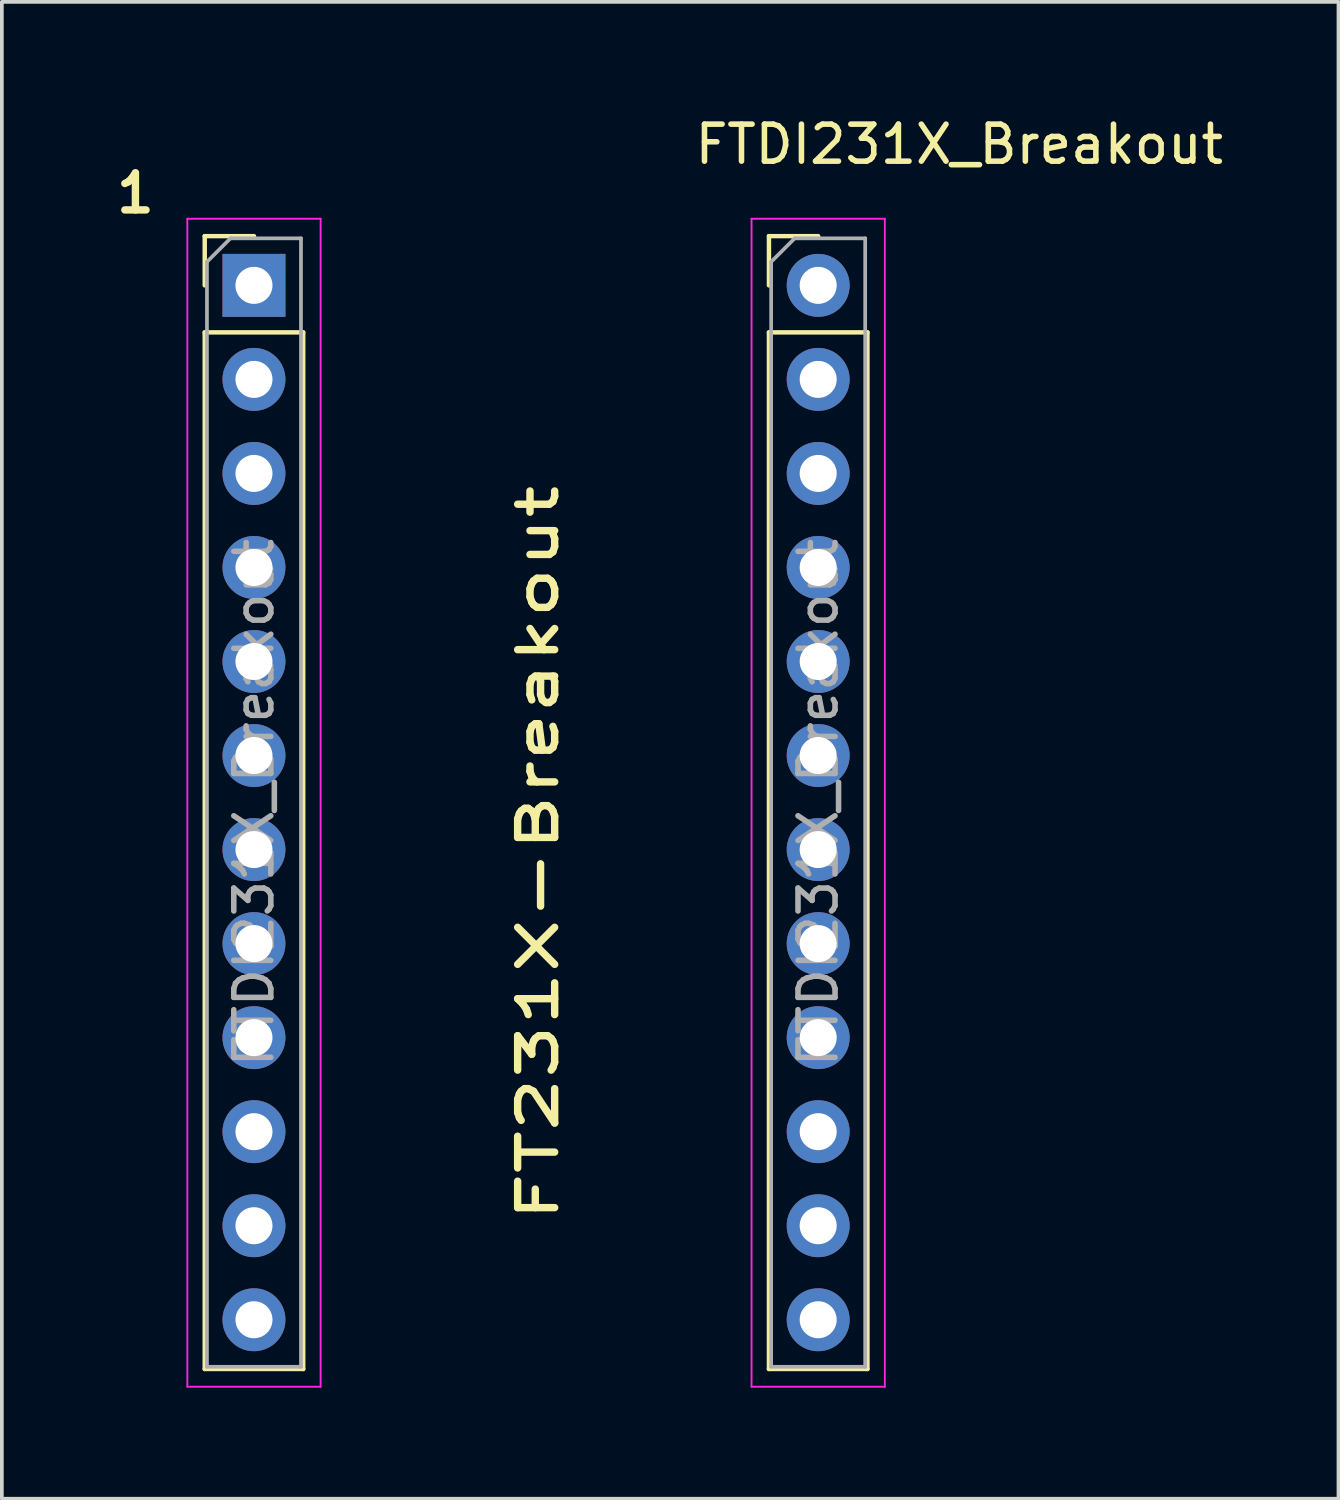
<source format=kicad_pcb>
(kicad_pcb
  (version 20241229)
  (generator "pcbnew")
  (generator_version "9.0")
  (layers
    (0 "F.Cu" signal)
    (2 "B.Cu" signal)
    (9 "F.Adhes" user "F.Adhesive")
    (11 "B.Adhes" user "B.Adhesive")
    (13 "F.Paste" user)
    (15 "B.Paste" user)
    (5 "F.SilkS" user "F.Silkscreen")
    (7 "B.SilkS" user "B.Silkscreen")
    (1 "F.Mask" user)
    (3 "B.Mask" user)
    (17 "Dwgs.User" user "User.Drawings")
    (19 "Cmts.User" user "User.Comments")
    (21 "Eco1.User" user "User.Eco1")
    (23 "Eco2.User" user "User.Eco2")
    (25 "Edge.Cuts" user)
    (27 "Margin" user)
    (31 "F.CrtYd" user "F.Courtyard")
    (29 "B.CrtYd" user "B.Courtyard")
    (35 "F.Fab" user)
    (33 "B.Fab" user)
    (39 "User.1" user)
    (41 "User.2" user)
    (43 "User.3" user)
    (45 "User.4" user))
  (footprint "FTDI231X_Breakout"
    (layer "F.Cu")
    (at 3.81 4.658)
    (property "Reference" "FTDI231X_Breakout" (at 19.05 -3.81 0) (layer "F.SilkS") (effects (font (size 1 1) (thickness 0.15))))
    (attr through_hole)
    (fp_line (start -1.33 -1.33) (end 0 -1.33) (stroke (width 0.12) (type solid)) (layer "F.SilkS"))
    (fp_line (start -1.33 0) (end -1.33 -1.33) (stroke (width 0.12) (type solid)) (layer "F.SilkS"))
    (fp_line (start -1.33 1.27) (end -1.33 29.27) (stroke (width 0.12) (type solid)) (layer "F.SilkS"))
    (fp_line (start -1.33 1.27) (end 1.33 1.27) (stroke (width 0.12) (type solid)) (layer "F.SilkS"))
    (fp_line (start -1.33 29.27) (end 1.33 29.27) (stroke (width 0.12) (type solid)) (layer "F.SilkS"))
    (fp_line (start 1.33 1.27) (end 1.33 29.27) (stroke (width 0.12) (type solid)) (layer "F.SilkS"))
    (fp_line (start 13.91 -1.33) (end 15.24 -1.33) (stroke (width 0.12) (type solid)) (layer "F.SilkS"))
    (fp_line (start 13.91 0) (end 13.91 -1.33) (stroke (width 0.12) (type solid)) (layer "F.SilkS"))
    (fp_line (start 13.91 1.27) (end 13.91 29.27) (stroke (width 0.12) (type solid)) (layer "F.SilkS"))
    (fp_line (start 13.91 1.27) (end 16.57 1.27) (stroke (width 0.12) (type solid)) (layer "F.SilkS"))
    (fp_line (start 13.91 29.27) (end 16.57 29.27) (stroke (width 0.12) (type solid)) (layer "F.SilkS"))
    (fp_line (start 16.57 1.27) (end 16.57 29.27) (stroke (width 0.12) (type solid)) (layer "F.SilkS"))
    (fp_line (start -1.8 -1.8) (end -1.8 29.75) (stroke (width 0.05) (type solid)) (layer "F.CrtYd"))
    (fp_line (start -1.8 29.75) (end 1.8 29.75) (stroke (width 0.05) (type solid)) (layer "F.CrtYd"))
    (fp_line (start 1.8 -1.8) (end -1.8 -1.8) (stroke (width 0.05) (type solid)) (layer "F.CrtYd"))
    (fp_line (start 1.8 29.75) (end 1.8 -1.8) (stroke (width 0.05) (type solid)) (layer "F.CrtYd"))
    (fp_line (start 13.44 -1.8) (end 13.44 29.75) (stroke (width 0.05) (type solid)) (layer "F.CrtYd"))
    (fp_line (start 13.44 29.75) (end 17.04 29.75) (stroke (width 0.05) (type solid)) (layer "F.CrtYd"))
    (fp_line (start 17.04 -1.8) (end 13.44 -1.8) (stroke (width 0.05) (type solid)) (layer "F.CrtYd"))
    (fp_line (start 17.04 29.75) (end 17.04 -1.8) (stroke (width 0.05) (type solid)) (layer "F.CrtYd"))
    (fp_line (start -1.27 -0.635) (end -0.635 -1.27) (stroke (width 0.1) (type solid)) (layer "F.Fab"))
    (fp_line (start -1.27 29.21) (end -1.27 -0.635) (stroke (width 0.1) (type solid)) (layer "F.Fab"))
    (fp_line (start -0.635 -1.27) (end 1.27 -1.27) (stroke (width 0.1) (type solid)) (layer "F.Fab"))
    (fp_line (start 1.27 -1.27) (end 1.27 29.21) (stroke (width 0.1) (type solid)) (layer "F.Fab"))
    (fp_line (start 1.27 29.21) (end -1.27 29.21) (stroke (width 0.1) (type solid)) (layer "F.Fab"))
    (fp_line (start 13.97 -0.635) (end 14.605 -1.27) (stroke (width 0.1) (type solid)) (layer "F.Fab"))
    (fp_line (start 13.97 29.21) (end 13.97 -0.635) (stroke (width 0.1) (type solid)) (layer "F.Fab"))
    (fp_line (start 14.605 -1.27) (end 16.51 -1.27) (stroke (width 0.1) (type solid)) (layer "F.Fab"))
    (fp_line (start 16.51 -1.27) (end 16.51 29.21) (stroke (width 0.1) (type solid)) (layer "F.Fab"))
    (fp_line (start 16.51 29.21) (end 13.97 29.21) (stroke (width 0.1) (type solid)) (layer "F.Fab"))
    (fp_text user "1" (at -3.81 -1.905 0) (unlocked yes) (layer "F.SilkS") (effects (font (size 1 1) (thickness 0.2) (bold yes)) (justify left bottom)))
    (fp_text user "FT231X-Breakout" (at 8.255 25.4 90) (unlocked yes) (layer "F.SilkS") (effects (font (size 1 1.5) (thickness 0.2) (bold yes)) (justify left bottom)))
    (fp_text user "${REFERENCE}" (at 0 13.97 90) (layer "F.Fab") (effects (font (size 1 1) (thickness 0.15))))
    (fp_text user "${REFERENCE}" (at 15.24 13.97 90) (layer "F.Fab") (effects (font (size 1 1) (thickness 0.15))))
    (pad "1" thru_hole rect (at 0 0) (size 1.7 1.7) (drill 1) (layers "*.Cu" "*.Mask"))
    (pad "2" thru_hole oval (at 0 2.54) (size 1.7 1.7) (drill 1) (layers "*.Cu" "*.Mask"))
    (pad "3" thru_hole oval (at 0 5.08) (size 1.7 1.7) (drill 1) (layers "*.Cu" "*.Mask"))
    (pad "4" thru_hole oval (at 0 7.62) (size 1.7 1.7) (drill 1) (layers "*.Cu" "*.Mask"))
    (pad "5" thru_hole oval (at 0 10.16) (size 1.7 1.7) (drill 1) (layers "*.Cu" "*.Mask"))
    (pad "6" thru_hole oval (at 0 12.7) (size 1.7 1.7) (drill 1) (layers "*.Cu" "*.Mask"))
    (pad "7" thru_hole oval (at 0 15.24) (size 1.7 1.7) (drill 1) (layers "*.Cu" "*.Mask"))
    (pad "8" thru_hole oval (at 0 17.78) (size 1.7 1.7) (drill 1) (layers "*.Cu" "*.Mask"))
    (pad "9" thru_hole oval (at 0 20.32) (size 1.7 1.7) (drill 1) (layers "*.Cu" "*.Mask"))
    (pad "10" thru_hole oval (at 0 22.86) (size 1.7 1.7) (drill 1) (layers "*.Cu" "*.Mask"))
    (pad "11" thru_hole oval (at 15.24 22.86) (size 1.7 1.7) (drill 1) (layers "*.Cu" "*.Mask"))
    (pad "12" thru_hole oval (at 15.24 20.32) (size 1.7 1.7) (drill 1) (layers "*.Cu" "*.Mask"))
    (pad "13" thru_hole oval (at 15.24 17.78) (size 1.7 1.7) (drill 1) (layers "*.Cu" "*.Mask"))
    (pad "14" thru_hole oval (at 15.24 15.24) (size 1.7 1.7) (drill 1) (layers "*.Cu" "*.Mask"))
    (pad "15" thru_hole oval (at 15.24 12.7) (size 1.7 1.7) (drill 1) (layers "*.Cu" "*.Mask"))
    (pad "16" thru_hole oval (at 15.24 10.16) (size 1.7 1.7) (drill 1) (layers "*.Cu" "*.Mask"))
    (pad "17" thru_hole oval (at 15.24 7.62) (size 1.7 1.7) (drill 1) (layers "*.Cu" "*.Mask"))
    (pad "18" thru_hole oval (at 15.24 5.08) (size 1.7 1.7) (drill 1) (layers "*.Cu" "*.Mask"))
    (pad "19" thru_hole oval (at 15.24 2.54) (size 1.7 1.7) (drill 1) (layers "*.Cu" "*.Mask"))
    (pad "20" thru_hole oval (at 15.24 0) (size 1.7 1.7) (drill 1) (layers "*.Cu" "*.Mask"))
    (pad "NC" thru_hole oval (at 0 25.4) (size 1.7 1.7) (drill 1) (layers "*.Cu" "*.Mask"))
    (pad "NC" thru_hole oval (at 0 27.94) (size 1.7 1.7) (drill 1) (layers "*.Cu" "*.Mask"))
    (pad "NC" thru_hole oval (at 15.24 25.4) (size 1.7 1.7) (drill 1) (layers "*.Cu" "*.Mask"))
    (pad "NC" thru_hole oval (at 15.24 27.94) (size 1.7 1.7) (drill 1) (layers "*.Cu" "*.Mask")))
  (gr_rect
    (start -3 -3)
    (end 33.104 37.433)
    (stroke (width 0.1) (type default))
    (fill no)
    (layer "Edge.Cuts")))
</source>
